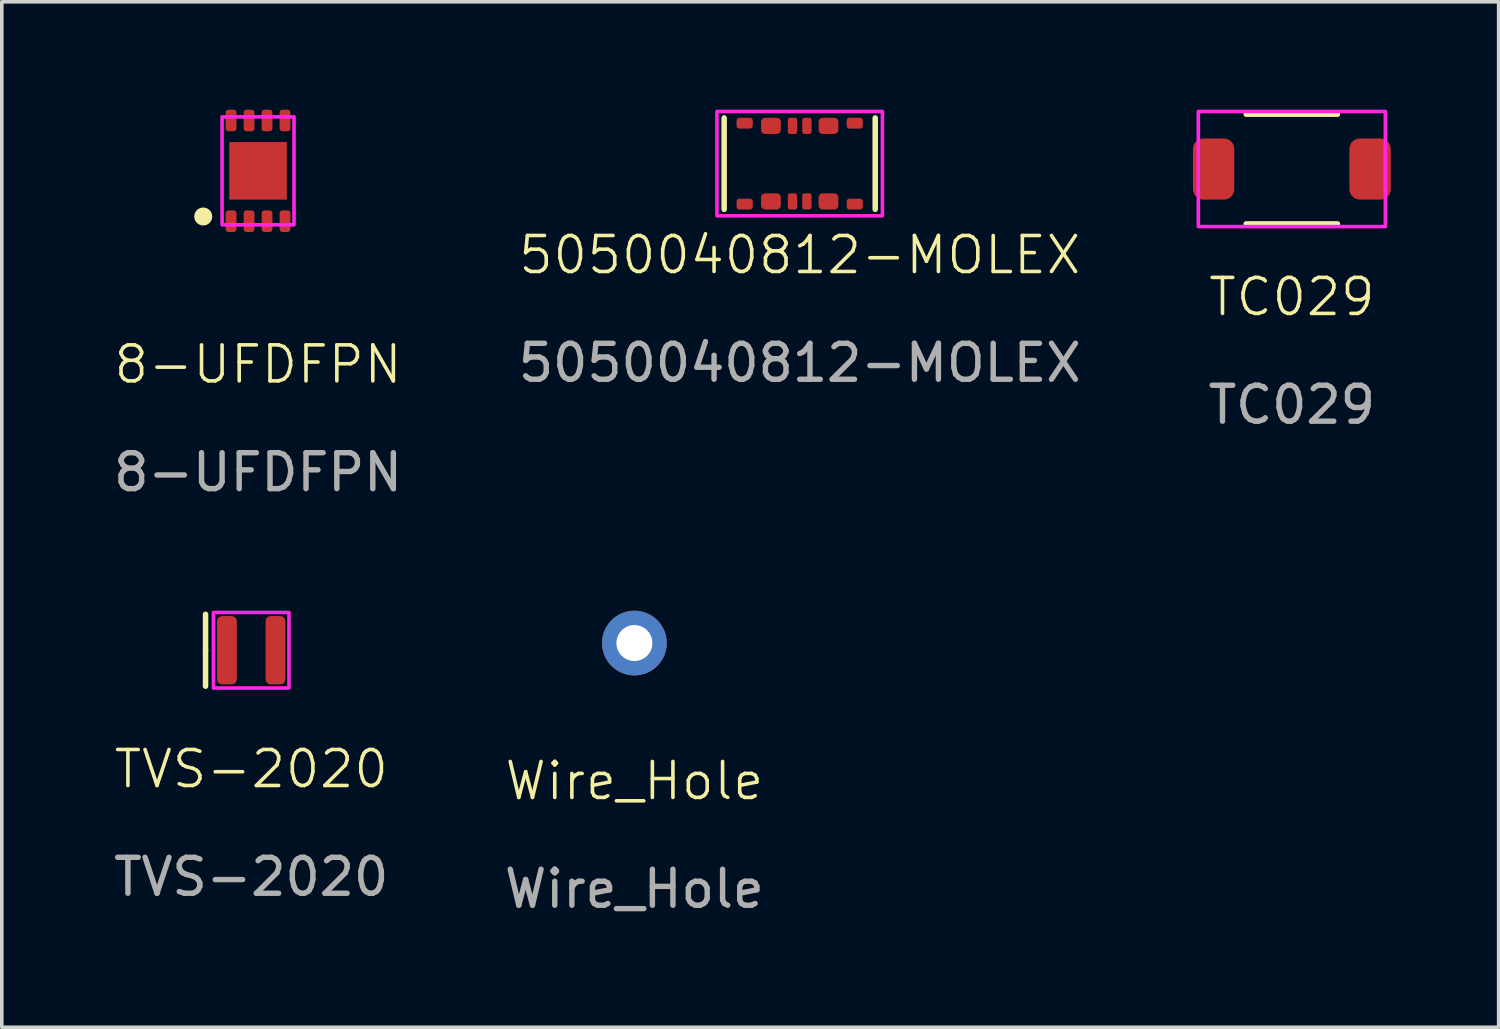
<source format=kicad_pcb>
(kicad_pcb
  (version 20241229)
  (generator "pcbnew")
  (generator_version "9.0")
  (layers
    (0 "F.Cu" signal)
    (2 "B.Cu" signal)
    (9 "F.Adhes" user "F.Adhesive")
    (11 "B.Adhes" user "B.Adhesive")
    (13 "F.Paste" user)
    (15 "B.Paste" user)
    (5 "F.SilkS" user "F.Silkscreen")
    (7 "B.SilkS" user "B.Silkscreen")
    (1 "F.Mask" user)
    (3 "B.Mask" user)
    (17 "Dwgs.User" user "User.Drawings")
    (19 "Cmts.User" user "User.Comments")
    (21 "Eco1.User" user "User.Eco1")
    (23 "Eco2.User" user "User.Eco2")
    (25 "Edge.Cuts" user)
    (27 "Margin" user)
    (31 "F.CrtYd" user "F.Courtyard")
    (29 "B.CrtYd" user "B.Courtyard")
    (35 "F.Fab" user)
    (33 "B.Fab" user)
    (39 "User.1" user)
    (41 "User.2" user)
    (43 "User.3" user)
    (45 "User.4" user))
  (footprint "5050040812-MOLEX"
    (layer "F.Cu")
    (at 19.185 1.5)
    (property "Reference" "5050040812-MOLEX" (at 0 2.54 0) (unlocked yes) (layer "F.SilkS") (effects (font (size 1 1) (thickness 0.1))))
    (attr smd)
    (fp_line (start -2.1 1.27) (end -2.1 -1.27) (stroke (width 0.153) (type default)) (layer "F.SilkS"))
    (fp_line (start 2.1 1.27) (end 2.1 -1.27) (stroke (width 0.153) (type default)) (layer "F.SilkS"))
    (fp_rect (start -2.3 1.45) (end 2.3 -1.45) (stroke (width 0.1) (type default)) (fill no) (layer "F.CrtYd"))
    (fp_text user "${REFERENCE}" (at 0 5.54 0) (unlocked yes) (layer "F.Fab") (effects (font (size 1 1) (thickness 0.15))))
    (pad "" smd roundrect (at -1.53 -1.125) (size 0.45 0.3) (layers "F.Cu" "F.Mask" "F.Paste") (roundrect_rratio 0.25))
    (pad "" smd roundrect (at -1.53 1.125) (size 0.45 0.3) (layers "F.Cu" "F.Mask" "F.Paste") (roundrect_rratio 0.25))
    (pad "" smd roundrect (at 1.53 -1.125) (size 0.45 0.3) (layers "F.Cu" "F.Mask" "F.Paste") (roundrect_rratio 0.25))
    (pad "" smd roundrect (at 1.53 1.125) (size 0.45 0.3) (layers "F.Cu" "F.Mask" "F.Paste") (roundrect_rratio 0.25))
    (pad "1" smd roundrect (at 0.8 1.05) (size 0.55 0.45) (layers "F.Cu" "F.Mask" "F.Paste") (roundrect_rratio 0.25))
    (pad "2" smd roundrect (at 0.2 1.05) (size 0.26 0.45) (layers "F.Cu" "F.Mask" "F.Paste") (roundrect_rratio 0.25))
    (pad "3" smd roundrect (at -0.2 1.05) (size 0.26 0.45) (layers "F.Cu" "F.Mask" "F.Paste") (roundrect_rratio 0.25))
    (pad "4" smd roundrect (at -0.8 1.05) (size 0.55 0.45) (layers "F.Cu" "F.Mask" "F.Paste") (roundrect_rratio 0.25))
    (pad "5" smd roundrect (at -0.8 -1.05) (size 0.55 0.45) (layers "F.Cu" "F.Mask" "F.Paste") (roundrect_rratio 0.25))
    (pad "6" smd roundrect (at -0.2 -1.05) (size 0.26 0.45) (layers "F.Cu" "F.Mask" "F.Paste") (roundrect_rratio 0.25))
    (pad "7" smd roundrect (at 0.2 -1.05) (size 0.26 0.45) (layers "F.Cu" "F.Mask" "F.Paste") (roundrect_rratio 0.25))
    (pad "8" smd roundrect (at 0.8 -1.05) (size 0.55 0.45) (layers "F.Cu" "F.Mask" "F.Paste") (roundrect_rratio 0.25)))
  (footprint "Wire_Hole"
    (layer "F.Cu")
    (at 14.589 14.83)
    (property "Reference" "Wire_Hole" (at 0 3.834 0) (unlocked yes) (layer "F.SilkS") (effects (font (size 1 1) (thickness 0.1))))
    (attr through_hole)
    (fp_text user "${REFERENCE}" (at 0 6.834 0) (unlocked yes) (layer "F.Fab") (effects (font (size 1 1) (thickness 0.15))))
    (pad "1" thru_hole circle (at 0 0) (size 1.8 1.8) (drill 1) (layers "*.Cu" "*.Mask")))
  (footprint "8-UFDFPN"
    (layer "F.Cu")
    (at 4.125 1.7)
    (property "Reference" "8-UFDFPN" (at 0 5.382 0) (unlocked yes) (layer "F.SilkS") (effects (font (size 1 1) (thickness 0.1))))
    (attr smd)
    (fp_circle (center -1.524 1.27) (end -1.274 1.27) (stroke (width 0) (type solid)) (fill yes) (layer "F.SilkS"))
    (fp_rect (start -1 1.5) (end 1 -1.5) (stroke (width 0.1) (type default)) (fill no) (layer "F.CrtYd"))
    (fp_text user "${REFERENCE}" (at 0 8.382 0) (unlocked yes) (layer "F.Fab") (effects (font (size 1 1) (thickness 0.15))))
    (pad "1" smd roundrect (at -0.75 1.4) (size 0.3 0.6) (layers "F.Cu" "F.Mask" "F.Paste") (roundrect_rratio 0.25))
    (pad "2" smd roundrect (at -0.25 1.4) (size 0.3 0.6) (layers "F.Cu" "F.Mask" "F.Paste") (roundrect_rratio 0.25))
    (pad "3" smd roundrect (at 0.25 1.4) (size 0.3 0.6) (layers "F.Cu" "F.Mask" "F.Paste") (roundrect_rratio 0.25))
    (pad "4" smd rect (at 0 0) (size 1.6 1.6) (layers "F.Cu" "F.Mask" "F.Paste"))
    (pad "4" smd roundrect (at 0.75 1.4) (size 0.3 0.6) (layers "F.Cu" "F.Mask" "F.Paste") (roundrect_rratio 0.25))
    (pad "5" smd roundrect (at 0.75 -1.4) (size 0.3 0.6) (layers "F.Cu" "F.Mask" "F.Paste") (roundrect_rratio 0.25))
    (pad "6" smd roundrect (at 0.25 -1.4) (size 0.3 0.6) (layers "F.Cu" "F.Mask" "F.Paste") (roundrect_rratio 0.25))
    (pad "7" smd roundrect (at -0.25 -1.4) (size 0.3 0.6) (layers "F.Cu" "F.Mask" "F.Paste") (roundrect_rratio 0.25))
    (pad "8" smd roundrect (at -0.75 -1.4) (size 0.3 0.6) (layers "F.Cu" "F.Mask" "F.Paste") (roundrect_rratio 0.25)))
  (footprint "TC029"
    (layer "F.Cu")
    (at 32.869 1.65)
    (property "Reference" "TC029" (at 0 3.556 0) (unlocked yes) (layer "F.SilkS") (effects (font (size 1 1) (thickness 0.1))))
    (attr smd)
    (fp_line (start -1.27 -1.524) (end 1.27 -1.524) (stroke (width 0.15) (type default)) (layer "F.SilkS"))
    (fp_line (start -1.27 1.524) (end 1.27 1.524) (stroke (width 0.15) (type default)) (layer "F.SilkS"))
    (fp_rect (start -2.6 -1.6) (end 2.6 1.6) (stroke (width 0.1) (type default)) (fill no) (layer "F.CrtYd"))
    (fp_text user "${REFERENCE}" (at 0 6.556 0) (unlocked yes) (layer "F.Fab") (effects (font (size 1 1) (thickness 0.15))))
    (pad "1" smd roundrect (at -2.175 0) (size 1.15 1.7) (layers "F.Cu" "F.Mask" "F.Paste") (roundrect_rratio 0.25))
    (pad "2" smd roundrect (at 2.175 0) (size 1.15 1.7) (layers "F.Cu" "F.Mask" "F.Paste") (roundrect_rratio 0.25)))
  (footprint "TVS-2020"
    (layer "F.Cu")
    (at 3.935 15.03)
    (property "Reference" "TVS-2020" (at 0 3.302 0) (unlocked yes) (layer "F.SilkS") (effects (font (size 1 1) (thickness 0.1))))
    (attr smd)
    (fp_line (start -1.27 0) (end -1.27 -1) (stroke (width 0.153) (type default)) (layer "F.SilkS"))
    (fp_line (start -1.27 0) (end -1.27 1) (stroke (width 0.153) (type default)) (layer "F.SilkS"))
    (fp_rect (start 1.05 1.05) (end -1.05 -1.05) (stroke (width 0.1) (type default)) (fill no) (layer "F.CrtYd"))
    (fp_text user "${REFERENCE}" (at 0 6.302 0) (unlocked yes) (layer "F.Fab") (effects (font (size 1 1) (thickness 0.15))))
    (pad "1" smd roundrect (at 0.675 0) (size 0.55 1.9) (layers "F.Cu" "F.Mask" "F.Paste") (roundrect_rratio 0.25))
    (pad "2" smd roundrect (at -0.675 0) (size 0.55 1.9) (layers "F.Cu" "F.Mask" "F.Paste") (roundrect_rratio 0.25)))
  (gr_rect
    (start -3 -3)
    (end 38.619 25.512)
    (stroke (width 0.1) (type default))
    (fill no)
    (layer "Edge.Cuts")))
</source>
